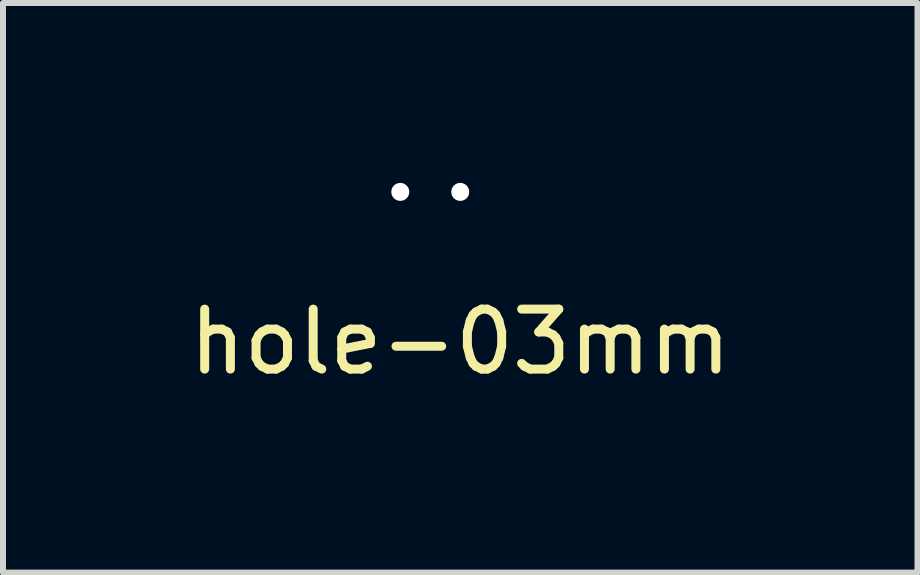
<source format=kicad_pcb>
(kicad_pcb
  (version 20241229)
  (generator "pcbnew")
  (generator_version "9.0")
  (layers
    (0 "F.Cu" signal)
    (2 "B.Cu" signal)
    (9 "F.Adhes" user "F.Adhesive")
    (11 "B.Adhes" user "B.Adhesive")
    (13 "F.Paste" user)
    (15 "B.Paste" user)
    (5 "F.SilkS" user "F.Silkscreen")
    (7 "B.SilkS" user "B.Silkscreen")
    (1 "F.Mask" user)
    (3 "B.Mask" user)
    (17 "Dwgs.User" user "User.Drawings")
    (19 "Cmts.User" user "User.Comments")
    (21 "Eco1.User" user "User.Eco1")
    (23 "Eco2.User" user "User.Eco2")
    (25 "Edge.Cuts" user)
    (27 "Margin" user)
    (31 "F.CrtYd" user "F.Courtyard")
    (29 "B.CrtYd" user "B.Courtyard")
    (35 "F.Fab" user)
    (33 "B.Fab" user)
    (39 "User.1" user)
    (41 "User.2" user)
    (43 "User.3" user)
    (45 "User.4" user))
  (footprint "hole-03mm"
    (layer "F.Cu")
    (at 4.625 2.15)
    (property "Reference" "hole-03mm" (at 0 0.5 0) (layer "F.SilkS") (effects (font (size 1 1) (thickness 0.15))))
    (attr through_hole)
    (pad "" np_thru_hole circle (at -1 -2) (size 0.3 0.3) (drill 0.3) (layers "*.Cu" "*.Mask"))
    (pad "" np_thru_hole circle (at 0 -2) (size 0.3 0.3) (drill 0.3) (layers "*.Cu" "*.Mask")))
  (gr_rect
    (start -3 -3)
    (end 12.25 6.498)
    (stroke (width 0.1) (type default))
    (fill no)
    (layer "Edge.Cuts")))
</source>
